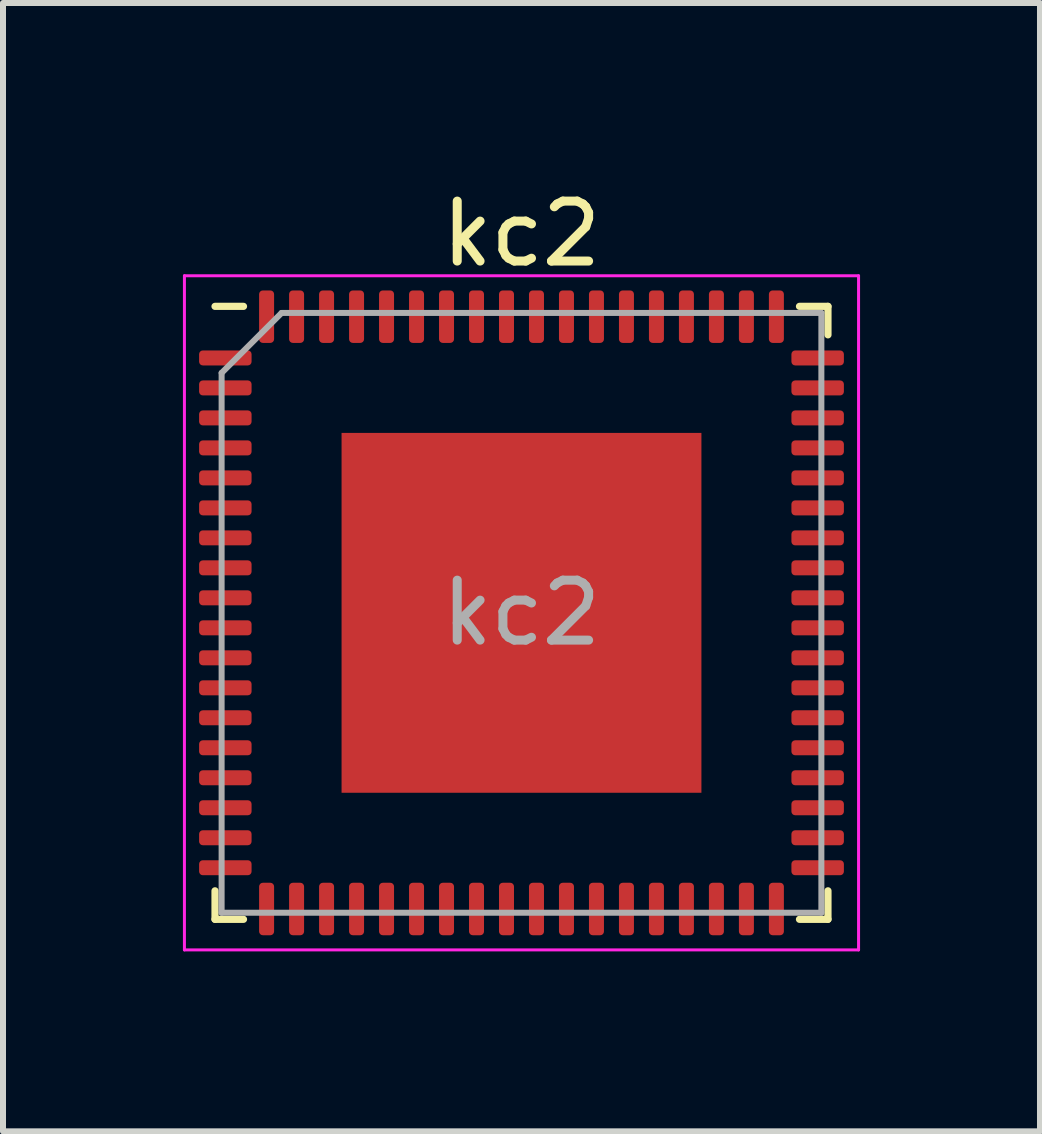
<source format=kicad_pcb>
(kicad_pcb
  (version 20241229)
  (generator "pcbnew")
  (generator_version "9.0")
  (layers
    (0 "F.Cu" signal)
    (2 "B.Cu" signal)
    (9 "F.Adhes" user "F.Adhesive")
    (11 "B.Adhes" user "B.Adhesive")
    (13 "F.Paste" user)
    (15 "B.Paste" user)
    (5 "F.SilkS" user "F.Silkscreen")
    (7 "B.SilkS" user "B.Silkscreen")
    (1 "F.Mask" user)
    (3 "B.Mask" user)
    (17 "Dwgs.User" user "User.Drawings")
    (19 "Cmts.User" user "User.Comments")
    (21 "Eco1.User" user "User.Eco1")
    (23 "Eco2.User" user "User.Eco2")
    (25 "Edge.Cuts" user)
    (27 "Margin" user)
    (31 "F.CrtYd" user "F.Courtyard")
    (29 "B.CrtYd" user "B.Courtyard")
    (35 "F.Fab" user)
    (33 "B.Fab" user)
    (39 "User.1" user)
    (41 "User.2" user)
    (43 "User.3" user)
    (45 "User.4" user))
  (footprint "kc2"
    (layer "F.Cu")
    (at 5.645 7.168)
    (property "Reference" "kc2" (at 0 -6.32 0) (layer "F.SilkS") (effects (font (size 1 1) (thickness 0.15))))
    (attr smd)
    (fp_line (start -5.11 5.11) (end -5.11 4.635) (stroke (width 0.12) (type solid)) (layer "F.SilkS"))
    (fp_line (start -4.635 -5.11) (end -5.11 -5.11) (stroke (width 0.12) (type solid)) (layer "F.SilkS"))
    (fp_line (start -4.635 5.11) (end -5.11 5.11) (stroke (width 0.12) (type solid)) (layer "F.SilkS"))
    (fp_line (start 4.635 -5.11) (end 5.11 -5.11) (stroke (width 0.12) (type solid)) (layer "F.SilkS"))
    (fp_line (start 4.635 5.11) (end 5.11 5.11) (stroke (width 0.12) (type solid)) (layer "F.SilkS"))
    (fp_line (start 5.11 -5.11) (end 5.11 -4.635) (stroke (width 0.12) (type solid)) (layer "F.SilkS"))
    (fp_line (start 5.11 5.11) (end 5.11 4.635) (stroke (width 0.12) (type solid)) (layer "F.SilkS"))
    (fp_line (start -5.62 -5.62) (end -5.62 5.62) (stroke (width 0.05) (type solid)) (layer "F.CrtYd"))
    (fp_line (start -5.62 5.62) (end 5.62 5.62) (stroke (width 0.05) (type solid)) (layer "F.CrtYd"))
    (fp_line (start 5.62 -5.62) (end -5.62 -5.62) (stroke (width 0.05) (type solid)) (layer "F.CrtYd"))
    (fp_line (start 5.62 5.62) (end 5.62 -5.62) (stroke (width 0.05) (type solid)) (layer "F.CrtYd"))
    (fp_line (start -5 -4) (end -4 -5) (stroke (width 0.1) (type solid)) (layer "F.Fab"))
    (fp_line (start -5 5) (end -5 -4) (stroke (width 0.1) (type solid)) (layer "F.Fab"))
    (fp_line (start -4 -5) (end 5 -5) (stroke (width 0.1) (type solid)) (layer "F.Fab"))
    (fp_line (start 5 -5) (end 5 5) (stroke (width 0.1) (type solid)) (layer "F.Fab"))
    (fp_line (start 5 5) (end -5 5) (stroke (width 0.1) (type solid)) (layer "F.Fab"))
    (fp_text user "${REFERENCE}" (at 0 0 0) (layer "F.Fab") (effects (font (size 1 1) (thickness 0.15))))
    (pad "" smd roundrect (at -2 -2) (size 1.61 1.61) (layers "F.Paste") (roundrect_rratio 0.155))
    (pad "" smd roundrect (at -2 0) (size 1.61 1.61) (layers "F.Paste") (roundrect_rratio 0.155))
    (pad "" smd roundrect (at -2 2) (size 1.61 1.61) (layers "F.Paste") (roundrect_rratio 0.155))
    (pad "" smd roundrect (at 0 -2) (size 1.61 1.61) (layers "F.Paste") (roundrect_rratio 0.155))
    (pad "" smd roundrect (at 0 0) (size 1.61 1.61) (layers "F.Paste") (roundrect_rratio 0.155))
    (pad "" smd roundrect (at 0 2) (size 1.61 1.61) (layers "F.Paste") (roundrect_rratio 0.155))
    (pad "" smd roundrect (at 2 -2) (size 1.61 1.61) (layers "F.Paste") (roundrect_rratio 0.155))
    (pad "" smd roundrect (at 2 0) (size 1.61 1.61) (layers "F.Paste") (roundrect_rratio 0.155))
    (pad "" smd roundrect (at 2 2) (size 1.61 1.61) (layers "F.Paste") (roundrect_rratio 0.155))
    (pad "1" smd roundrect (at -4.938 -4.25) (size 0.875 0.25) (layers "F.Cu" "F.Mask" "F.Paste") (roundrect_rratio 0.25))
    (pad "2" smd roundrect (at -4.938 -3.75) (size 0.875 0.25) (layers "F.Cu" "F.Mask" "F.Paste") (roundrect_rratio 0.25))
    (pad "3" smd roundrect (at -4.938 -3.25) (size 0.875 0.25) (layers "F.Cu" "F.Mask" "F.Paste") (roundrect_rratio 0.25))
    (pad "4" smd roundrect (at -4.938 -2.75) (size 0.875 0.25) (layers "F.Cu" "F.Mask" "F.Paste") (roundrect_rratio 0.25))
    (pad "5" smd roundrect (at -4.938 -2.25) (size 0.875 0.25) (layers "F.Cu" "F.Mask" "F.Paste") (roundrect_rratio 0.25))
    (pad "6" smd roundrect (at -4.938 -1.75) (size 0.875 0.25) (layers "F.Cu" "F.Mask" "F.Paste") (roundrect_rratio 0.25))
    (pad "7" smd roundrect (at -4.938 -1.25) (size 0.875 0.25) (layers "F.Cu" "F.Mask" "F.Paste") (roundrect_rratio 0.25))
    (pad "8" smd roundrect (at -4.938 -0.75) (size 0.875 0.25) (layers "F.Cu" "F.Mask" "F.Paste") (roundrect_rratio 0.25))
    (pad "9" smd roundrect (at -4.938 -0.25) (size 0.875 0.25) (layers "F.Cu" "F.Mask" "F.Paste") (roundrect_rratio 0.25))
    (pad "10" smd roundrect (at -4.938 0.25) (size 0.875 0.25) (layers "F.Cu" "F.Mask" "F.Paste") (roundrect_rratio 0.25))
    (pad "11" smd roundrect (at -4.938 0.75) (size 0.875 0.25) (layers "F.Cu" "F.Mask" "F.Paste") (roundrect_rratio 0.25))
    (pad "12" smd roundrect (at -4.938 1.25) (size 0.875 0.25) (layers "F.Cu" "F.Mask" "F.Paste") (roundrect_rratio 0.25))
    (pad "13" smd roundrect (at -4.938 1.75) (size 0.875 0.25) (layers "F.Cu" "F.Mask" "F.Paste") (roundrect_rratio 0.25))
    (pad "14" smd roundrect (at -4.938 2.25) (size 0.875 0.25) (layers "F.Cu" "F.Mask" "F.Paste") (roundrect_rratio 0.25))
    (pad "15" smd roundrect (at -4.938 2.75) (size 0.875 0.25) (layers "F.Cu" "F.Mask" "F.Paste") (roundrect_rratio 0.25))
    (pad "16" smd roundrect (at -4.938 3.25) (size 0.875 0.25) (layers "F.Cu" "F.Mask" "F.Paste") (roundrect_rratio 0.25))
    (pad "17" smd roundrect (at -4.938 3.75) (size 0.875 0.25) (layers "F.Cu" "F.Mask" "F.Paste") (roundrect_rratio 0.25))
    (pad "18" smd roundrect (at -4.938 4.25) (size 0.875 0.25) (layers "F.Cu" "F.Mask" "F.Paste") (roundrect_rratio 0.25))
    (pad "19" smd roundrect (at -4.25 4.938) (size 0.25 0.875) (layers "F.Cu" "F.Mask" "F.Paste") (roundrect_rratio 0.25))
    (pad "20" smd roundrect (at -3.75 4.938) (size 0.25 0.875) (layers "F.Cu" "F.Mask" "F.Paste") (roundrect_rratio 0.25))
    (pad "21" smd roundrect (at -3.25 4.938) (size 0.25 0.875) (layers "F.Cu" "F.Mask" "F.Paste") (roundrect_rratio 0.25))
    (pad "22" smd roundrect (at -2.75 4.938) (size 0.25 0.875) (layers "F.Cu" "F.Mask" "F.Paste") (roundrect_rratio 0.25))
    (pad "23" smd roundrect (at -2.25 4.938) (size 0.25 0.875) (layers "F.Cu" "F.Mask" "F.Paste") (roundrect_rratio 0.25))
    (pad "24" smd roundrect (at -1.75 4.938) (size 0.25 0.875) (layers "F.Cu" "F.Mask" "F.Paste") (roundrect_rratio 0.25))
    (pad "25" smd roundrect (at -1.25 4.938) (size 0.25 0.875) (layers "F.Cu" "F.Mask" "F.Paste") (roundrect_rratio 0.25))
    (pad "26" smd roundrect (at -0.75 4.938) (size 0.25 0.875) (layers "F.Cu" "F.Mask" "F.Paste") (roundrect_rratio 0.25))
    (pad "27" smd roundrect (at -0.25 4.938) (size 0.25 0.875) (layers "F.Cu" "F.Mask" "F.Paste") (roundrect_rratio 0.25))
    (pad "28" smd roundrect (at 0.25 4.938) (size 0.25 0.875) (layers "F.Cu" "F.Mask" "F.Paste") (roundrect_rratio 0.25))
    (pad "29" smd roundrect (at 0.75 4.938) (size 0.25 0.875) (layers "F.Cu" "F.Mask" "F.Paste") (roundrect_rratio 0.25))
    (pad "30" smd roundrect (at 1.25 4.938) (size 0.25 0.875) (layers "F.Cu" "F.Mask" "F.Paste") (roundrect_rratio 0.25))
    (pad "31" smd roundrect (at 1.75 4.938) (size 0.25 0.875) (layers "F.Cu" "F.Mask" "F.Paste") (roundrect_rratio 0.25))
    (pad "32" smd roundrect (at 2.25 4.938) (size 0.25 0.875) (layers "F.Cu" "F.Mask" "F.Paste") (roundrect_rratio 0.25))
    (pad "33" smd roundrect (at 2.75 4.938) (size 0.25 0.875) (layers "F.Cu" "F.Mask" "F.Paste") (roundrect_rratio 0.25))
    (pad "34" smd roundrect (at 3.25 4.938) (size 0.25 0.875) (layers "F.Cu" "F.Mask" "F.Paste") (roundrect_rratio 0.25))
    (pad "35" smd roundrect (at 3.75 4.938) (size 0.25 0.875) (layers "F.Cu" "F.Mask" "F.Paste") (roundrect_rratio 0.25))
    (pad "36" smd roundrect (at 4.25 4.938) (size 0.25 0.875) (layers "F.Cu" "F.Mask" "F.Paste") (roundrect_rratio 0.25))
    (pad "37" smd roundrect (at 4.938 4.25) (size 0.875 0.25) (layers "F.Cu" "F.Mask" "F.Paste") (roundrect_rratio 0.25))
    (pad "38" smd roundrect (at 4.938 3.75) (size 0.875 0.25) (layers "F.Cu" "F.Mask" "F.Paste") (roundrect_rratio 0.25))
    (pad "39" smd roundrect (at 4.938 3.25) (size 0.875 0.25) (layers "F.Cu" "F.Mask" "F.Paste") (roundrect_rratio 0.25))
    (pad "40" smd roundrect (at 4.938 2.75) (size 0.875 0.25) (layers "F.Cu" "F.Mask" "F.Paste") (roundrect_rratio 0.25))
    (pad "41" smd roundrect (at 4.938 2.25) (size 0.875 0.25) (layers "F.Cu" "F.Mask" "F.Paste") (roundrect_rratio 0.25))
    (pad "42" smd roundrect (at 4.938 1.75) (size 0.875 0.25) (layers "F.Cu" "F.Mask" "F.Paste") (roundrect_rratio 0.25))
    (pad "43" smd roundrect (at 4.938 1.25) (size 0.875 0.25) (layers "F.Cu" "F.Mask" "F.Paste") (roundrect_rratio 0.25))
    (pad "44" smd roundrect (at 4.938 0.75) (size 0.875 0.25) (layers "F.Cu" "F.Mask" "F.Paste") (roundrect_rratio 0.25))
    (pad "45" smd roundrect (at 4.938 0.25) (size 0.875 0.25) (layers "F.Cu" "F.Mask" "F.Paste") (roundrect_rratio 0.25))
    (pad "46" smd roundrect (at 4.938 -0.25) (size 0.875 0.25) (layers "F.Cu" "F.Mask" "F.Paste") (roundrect_rratio 0.25))
    (pad "47" smd roundrect (at 4.938 -0.75) (size 0.875 0.25) (layers "F.Cu" "F.Mask" "F.Paste") (roundrect_rratio 0.25))
    (pad "48" smd roundrect (at 4.938 -1.25) (size 0.875 0.25) (layers "F.Cu" "F.Mask" "F.Paste") (roundrect_rratio 0.25))
    (pad "49" smd roundrect (at 4.938 -1.75) (size 0.875 0.25) (layers "F.Cu" "F.Mask" "F.Paste") (roundrect_rratio 0.25))
    (pad "50" smd roundrect (at 4.938 -2.25) (size 0.875 0.25) (layers "F.Cu" "F.Mask" "F.Paste") (roundrect_rratio 0.25))
    (pad "51" smd roundrect (at 4.938 -2.75) (size 0.875 0.25) (layers "F.Cu" "F.Mask" "F.Paste") (roundrect_rratio 0.25))
    (pad "52" smd roundrect (at 4.938 -3.25) (size 0.875 0.25) (layers "F.Cu" "F.Mask" "F.Paste") (roundrect_rratio 0.25))
    (pad "53" smd roundrect (at 4.938 -3.75) (size 0.875 0.25) (layers "F.Cu" "F.Mask" "F.Paste") (roundrect_rratio 0.25))
    (pad "54" smd roundrect (at 4.938 -4.25) (size 0.875 0.25) (layers "F.Cu" "F.Mask" "F.Paste") (roundrect_rratio 0.25))
    (pad "55" smd roundrect (at 4.25 -4.938) (size 0.25 0.875) (layers "F.Cu" "F.Mask" "F.Paste") (roundrect_rratio 0.25))
    (pad "56" smd roundrect (at 3.75 -4.938) (size 0.25 0.875) (layers "F.Cu" "F.Mask" "F.Paste") (roundrect_rratio 0.25))
    (pad "57" smd roundrect (at 3.25 -4.938) (size 0.25 0.875) (layers "F.Cu" "F.Mask" "F.Paste") (roundrect_rratio 0.25))
    (pad "58" smd roundrect (at 2.75 -4.938) (size 0.25 0.875) (layers "F.Cu" "F.Mask" "F.Paste") (roundrect_rratio 0.25))
    (pad "59" smd roundrect (at 2.25 -4.938) (size 0.25 0.875) (layers "F.Cu" "F.Mask" "F.Paste") (roundrect_rratio 0.25))
    (pad "60" smd roundrect (at 1.75 -4.938) (size 0.25 0.875) (layers "F.Cu" "F.Mask" "F.Paste") (roundrect_rratio 0.25))
    (pad "61" smd roundrect (at 1.25 -4.938) (size 0.25 0.875) (layers "F.Cu" "F.Mask" "F.Paste") (roundrect_rratio 0.25))
    (pad "62" smd roundrect (at 0.75 -4.938) (size 0.25 0.875) (layers "F.Cu" "F.Mask" "F.Paste") (roundrect_rratio 0.25))
    (pad "63" smd roundrect (at 0.25 -4.938) (size 0.25 0.875) (layers "F.Cu" "F.Mask" "F.Paste") (roundrect_rratio 0.25))
    (pad "64" smd roundrect (at -0.25 -4.938) (size 0.25 0.875) (layers "F.Cu" "F.Mask" "F.Paste") (roundrect_rratio 0.25))
    (pad "65" smd roundrect (at -0.75 -4.938) (size 0.25 0.875) (layers "F.Cu" "F.Mask" "F.Paste") (roundrect_rratio 0.25))
    (pad "66" smd roundrect (at -1.25 -4.938) (size 0.25 0.875) (layers "F.Cu" "F.Mask" "F.Paste") (roundrect_rratio 0.25))
    (pad "67" smd roundrect (at -1.75 -4.938) (size 0.25 0.875) (layers "F.Cu" "F.Mask" "F.Paste") (roundrect_rratio 0.25))
    (pad "68" smd roundrect (at -2.25 -4.938) (size 0.25 0.875) (layers "F.Cu" "F.Mask" "F.Paste") (roundrect_rratio 0.25))
    (pad "69" smd roundrect (at -2.75 -4.938) (size 0.25 0.875) (layers "F.Cu" "F.Mask" "F.Paste") (roundrect_rratio 0.25))
    (pad "70" smd roundrect (at -3.25 -4.938) (size 0.25 0.875) (layers "F.Cu" "F.Mask" "F.Paste") (roundrect_rratio 0.25))
    (pad "71" smd roundrect (at -3.75 -4.938) (size 0.25 0.875) (layers "F.Cu" "F.Mask" "F.Paste") (roundrect_rratio 0.25))
    (pad "72" smd roundrect (at -4.25 -4.938) (size 0.25 0.875) (layers "F.Cu" "F.Mask" "F.Paste") (roundrect_rratio 0.25))
    (pad "73" smd rect (at 0 0) (size 6 6) (layers "F.Cu" "F.Mask")))
  (gr_rect
    (start -3 -3)
    (end 14.29 15.813)
    (stroke (width 0.1) (type default))
    (fill no)
    (layer "Edge.Cuts")))
</source>
